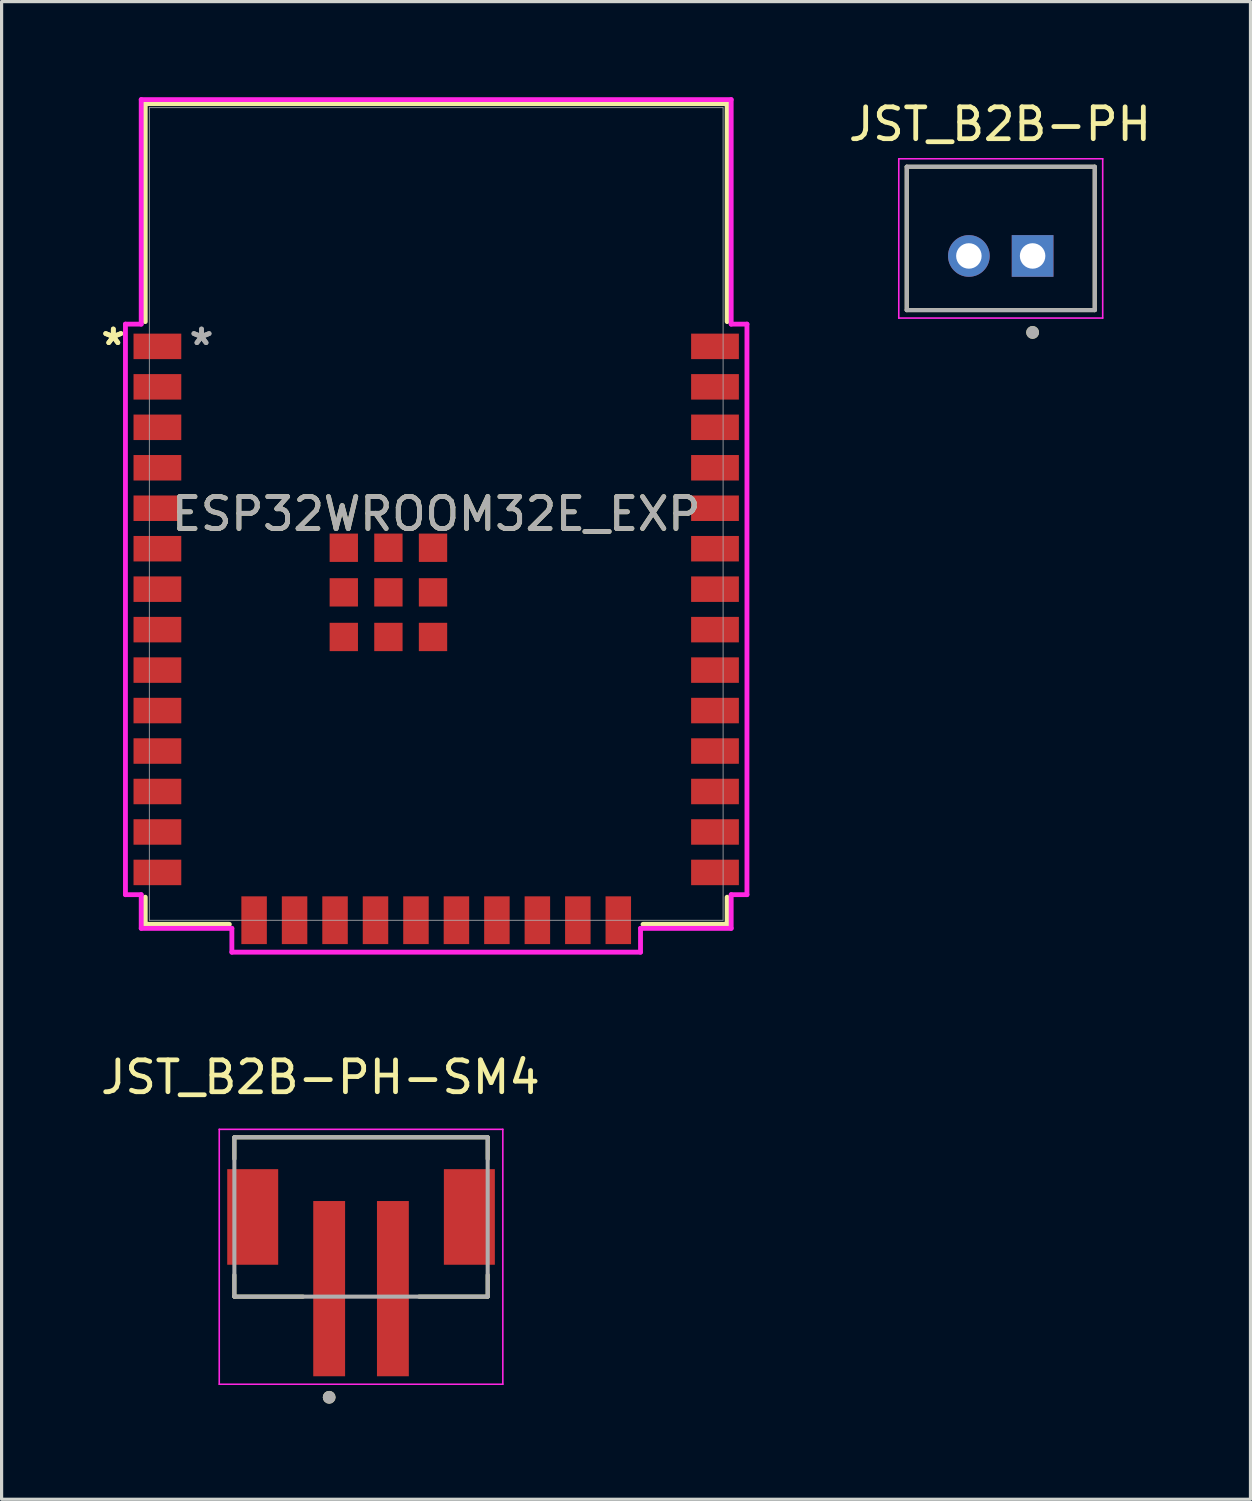
<source format=kicad_pcb>
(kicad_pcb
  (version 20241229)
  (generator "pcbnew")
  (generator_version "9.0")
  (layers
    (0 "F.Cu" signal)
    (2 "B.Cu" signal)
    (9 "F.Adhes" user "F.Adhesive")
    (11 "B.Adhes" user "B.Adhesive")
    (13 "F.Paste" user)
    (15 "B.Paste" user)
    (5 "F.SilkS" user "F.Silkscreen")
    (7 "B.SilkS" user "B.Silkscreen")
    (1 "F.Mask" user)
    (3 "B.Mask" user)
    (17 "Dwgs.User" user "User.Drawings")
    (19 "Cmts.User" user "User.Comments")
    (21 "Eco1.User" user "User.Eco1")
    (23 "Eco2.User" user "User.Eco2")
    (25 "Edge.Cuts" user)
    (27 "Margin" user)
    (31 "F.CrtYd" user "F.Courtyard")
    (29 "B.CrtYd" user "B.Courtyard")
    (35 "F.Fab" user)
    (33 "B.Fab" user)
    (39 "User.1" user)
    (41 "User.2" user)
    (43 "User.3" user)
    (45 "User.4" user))
  (footprint "JST_B2B-PH"
    (layer "F.Cu")
    (at 28.358 4.983)
    (property "Reference" "JST_B2B-PH" (at -0.025 -4.135 0) (layer "F.SilkS") (effects (font (size 1 1) (thickness 0.15))))
    (attr through_hole)
    (fp_line (start -2.95 -2.8) (end 2.95 -2.8) (stroke (width 0.127) (type solid)) (layer "F.SilkS"))
    (fp_line (start -2.95 1.7) (end -2.95 -2.8) (stroke (width 0.127) (type solid)) (layer "F.SilkS"))
    (fp_line (start 2.95 -2.8) (end 2.95 1.7) (stroke (width 0.127) (type solid)) (layer "F.SilkS"))
    (fp_line (start 2.95 1.7) (end -2.95 1.7) (stroke (width 0.127) (type solid)) (layer "F.SilkS"))
    (fp_circle (center 1 2.4) (end 1.1 2.4) (stroke (width 0.2) (type solid)) (fill no) (layer "F.SilkS"))
    (fp_line (start -3.2 -3.05) (end 3.2 -3.05) (stroke (width 0.05) (type solid)) (layer "F.CrtYd"))
    (fp_line (start -3.2 1.95) (end -3.2 -3.05) (stroke (width 0.05) (type solid)) (layer "F.CrtYd"))
    (fp_line (start 3.2 -3.05) (end 3.2 1.95) (stroke (width 0.05) (type solid)) (layer "F.CrtYd"))
    (fp_line (start 3.2 1.95) (end -3.2 1.95) (stroke (width 0.05) (type solid)) (layer "F.CrtYd"))
    (fp_line (start -2.95 -2.8) (end 2.95 -2.8) (stroke (width 0.127) (type solid)) (layer "F.Fab"))
    (fp_line (start -2.95 1.7) (end -2.95 -2.8) (stroke (width 0.127) (type solid)) (layer "F.Fab"))
    (fp_line (start 2.95 -2.8) (end 2.95 1.7) (stroke (width 0.127) (type solid)) (layer "F.Fab"))
    (fp_line (start 2.95 1.7) (end -2.95 1.7) (stroke (width 0.127) (type solid)) (layer "F.Fab"))
    (fp_circle (center 1 2.4) (end 1.1 2.4) (stroke (width 0.2) (type solid)) (fill no) (layer "F.Fab"))
    (pad "1" thru_hole rect (at 1 0) (size 1.308 1.308) (drill 0.8) (layers "*.Cu" "*.Mask"))
    (pad "2" thru_hole circle (at -1 0) (size 1.308 1.308) (drill 0.8) (layers "*.Cu" "*.Mask")))
  (footprint "JST_B2B-PH-SM4"
    (layer "F.Cu")
    (at 8.281 35.144)
    (property "Reference" "JST_B2B-PH-SM4" (at -1.275 -4.385 0) (layer "F.SilkS") (effects (font (size 1 1) (thickness 0.15))))
    (attr smd)
    (fp_line (start -3.975 -2.5) (end 3.975 -2.5) (stroke (width 0.127) (type solid)) (layer "F.SilkS"))
    (fp_line (start -3.975 -1.82) (end -3.975 -2.5) (stroke (width 0.127) (type solid)) (layer "F.SilkS"))
    (fp_line (start -3.975 2.5) (end -3.975 1.82) (stroke (width 0.127) (type solid)) (layer "F.SilkS"))
    (fp_line (start -1.82 2.5) (end -3.975 2.5) (stroke (width 0.127) (type solid)) (layer "F.SilkS"))
    (fp_line (start 3.975 -2.5) (end 3.975 -1.82) (stroke (width 0.127) (type solid)) (layer "F.SilkS"))
    (fp_line (start 3.975 2.5) (end 1.82 2.5) (stroke (width 0.127) (type solid)) (layer "F.SilkS"))
    (fp_line (start 3.975 2.5) (end 3.975 1.82) (stroke (width 0.127) (type solid)) (layer "F.SilkS"))
    (fp_circle (center -1 5.66) (end -0.9 5.66) (stroke (width 0.2) (type solid)) (fill no) (layer "F.SilkS"))
    (fp_line (start -4.45 -2.75) (end -4.45 5.25) (stroke (width 0.05) (type solid)) (layer "F.CrtYd"))
    (fp_line (start -4.45 5.25) (end 4.45 5.25) (stroke (width 0.05) (type solid)) (layer "F.CrtYd"))
    (fp_line (start 4.45 -2.75) (end -4.45 -2.75) (stroke (width 0.05) (type solid)) (layer "F.CrtYd"))
    (fp_line (start 4.45 5.25) (end 4.45 -2.75) (stroke (width 0.05) (type solid)) (layer "F.CrtYd"))
    (fp_line (start -3.975 -2.5) (end 3.975 -2.5) (stroke (width 0.127) (type solid)) (layer "F.Fab"))
    (fp_line (start -3.975 2.5) (end -3.975 -2.5) (stroke (width 0.127) (type solid)) (layer "F.Fab"))
    (fp_line (start 3.975 -2.5) (end 3.975 2.5) (stroke (width 0.127) (type solid)) (layer "F.Fab"))
    (fp_line (start 3.975 2.5) (end -3.975 2.5) (stroke (width 0.127) (type solid)) (layer "F.Fab"))
    (fp_circle (center -1 5.66) (end -0.9 5.66) (stroke (width 0.2) (type solid)) (fill no) (layer "F.Fab"))
    (pad "1" smd rect (at -1 2.25) (size 1 5.5) (layers "F.Cu" "F.Mask" "F.Paste"))
    (pad "2" smd rect (at 1 2.25) (size 1 5.5) (layers "F.Cu" "F.Mask" "F.Paste"))
    (pad "S1" smd rect (at -3.4 0) (size 1.6 3) (layers "F.Cu" "F.Mask" "F.Paste"))
    (pad "S2" smd rect (at 3.4 0) (size 1.6 3) (layers "F.Cu" "F.Mask" "F.Paste")))
  (footprint "ESP32­WROOM­32E_EXP"
    (layer "F.Cu")
    (at 10.64 13.081)
    (property "Reference" "ESP32­WROOM­32E_EXP" (at 0 0 0) (unlocked yes) (layer "F.SilkS") (effects (font (size 1 1) (thickness 0.15))))
    (attr smd)
    (fp_line (start -9.131 -12.878) (end 9.131 -12.878) (stroke (width 0.152) (type solid)) (layer "F.SilkS"))
    (fp_line (start -9.131 -6.037) (end -9.131 -12.878) (stroke (width 0.152) (type solid)) (layer "F.SilkS"))
    (fp_line (start -9.131 12.878) (end -9.131 12.027) (stroke (width 0.152) (type solid)) (layer "F.SilkS"))
    (fp_line (start -6.492 12.878) (end -9.131 12.878) (stroke (width 0.152) (type solid)) (layer "F.SilkS"))
    (fp_line (start 9.131 -12.878) (end 9.131 -6.037) (stroke (width 0.152) (type solid)) (layer "F.SilkS"))
    (fp_line (start 9.131 12.027) (end 9.131 12.878) (stroke (width 0.152) (type solid)) (layer "F.SilkS"))
    (fp_line (start 9.131 12.878) (end 6.492 12.878) (stroke (width 0.152) (type solid)) (layer "F.SilkS"))
    (fp_poly (pts (xy -9.004 -12.751) (xy -9.004 -6.553) (xy 9.004 -6.553) (xy 9.004 -12.751)) (stroke (width 0.1) (type solid)) (fill no) (layer "Eco2.User"))
    (fp_line (start -9.753 -5.958) (end -9.753 11.948) (stroke (width 0.152) (type solid)) (layer "F.CrtYd"))
    (fp_line (start -9.753 11.948) (end -9.258 11.948) (stroke (width 0.152) (type solid)) (layer "F.CrtYd"))
    (fp_line (start -9.258 -13.005) (end -9.258 -5.958) (stroke (width 0.152) (type solid)) (layer "F.CrtYd"))
    (fp_line (start -9.258 -5.958) (end -9.753 -5.958) (stroke (width 0.152) (type solid)) (layer "F.CrtYd"))
    (fp_line (start -9.258 11.948) (end -9.258 13.005) (stroke (width 0.152) (type solid)) (layer "F.CrtYd"))
    (fp_line (start -9.258 13.005) (end -6.413 13.005) (stroke (width 0.152) (type solid)) (layer "F.CrtYd"))
    (fp_line (start -6.413 13.005) (end -6.413 13.753) (stroke (width 0.152) (type solid)) (layer "F.CrtYd"))
    (fp_line (start -6.413 13.753) (end 6.413 13.753) (stroke (width 0.152) (type solid)) (layer "F.CrtYd"))
    (fp_line (start 6.413 13.005) (end 9.258 13.005) (stroke (width 0.152) (type solid)) (layer "F.CrtYd"))
    (fp_line (start 6.413 13.753) (end 6.413 13.005) (stroke (width 0.152) (type solid)) (layer "F.CrtYd"))
    (fp_line (start 9.258 -13.005) (end -9.258 -13.005) (stroke (width 0.152) (type solid)) (layer "F.CrtYd"))
    (fp_line (start 9.258 -5.958) (end 9.258 -13.005) (stroke (width 0.152) (type solid)) (layer "F.CrtYd"))
    (fp_line (start 9.258 11.948) (end 9.753 11.948) (stroke (width 0.152) (type solid)) (layer "F.CrtYd"))
    (fp_line (start 9.258 13.005) (end 9.258 11.948) (stroke (width 0.152) (type solid)) (layer "F.CrtYd"))
    (fp_line (start 9.753 -5.958) (end 9.258 -5.958) (stroke (width 0.152) (type solid)) (layer "F.CrtYd"))
    (fp_line (start 9.753 11.948) (end 9.753 -5.958) (stroke (width 0.152) (type solid)) (layer "F.CrtYd"))
    (fp_line (start -9.004 -12.751) (end -9.004 12.751) (stroke (width 0.025) (type solid)) (layer "F.Fab"))
    (fp_line (start -9.004 12.751) (end 9.004 12.751) (stroke (width 0.025) (type solid)) (layer "F.Fab"))
    (fp_line (start 9.004 -12.751) (end -9.004 -12.751) (stroke (width 0.025) (type solid)) (layer "F.Fab"))
    (fp_line (start 9.004 12.751) (end 9.004 -12.751) (stroke (width 0.025) (type solid)) (layer "F.Fab"))
    (fp_text user "*" (at -10.134 -5.26 0) (layer "F.SilkS") (effects (font (size 1 1) (thickness 0.15))))
    (fp_text user "*" (at -10.134 -5.26 0) (unlocked yes) (layer "F.SilkS") (effects (font (size 1 1) (thickness 0.15))))
    (fp_text user "*" (at -7.366 -5.26 0) (layer "F.Fab") (effects (font (size 1 1) (thickness 0.15))))
    (fp_text user "*" (at -7.366 -5.26 0) (unlocked yes) (layer "F.Fab") (effects (font (size 1 1) (thickness 0.15))))
    (fp_text user "${REFERENCE}" (at 0 0 0) (unlocked yes) (layer "F.Fab") (effects (font (size 1 1) (thickness 0.15))))
    (pad "1" smd rect (at -8.75 -5.26) (size 1.499 0.8) (layers "F.Cu" "F.Mask" "F.Paste"))
    (pad "2" smd rect (at -8.75 -3.99) (size 1.499 0.8) (layers "F.Cu" "F.Mask" "F.Paste"))
    (pad "3" smd rect (at -8.75 -2.72) (size 1.499 0.8) (layers "F.Cu" "F.Mask" "F.Paste"))
    (pad "4" smd rect (at -8.75 -1.45) (size 1.499 0.8) (layers "F.Cu" "F.Mask" "F.Paste"))
    (pad "5" smd rect (at -8.75 -0.18) (size 1.499 0.8) (layers "F.Cu" "F.Mask" "F.Paste"))
    (pad "6" smd rect (at -8.75 1.09) (size 1.499 0.8) (layers "F.Cu" "F.Mask" "F.Paste"))
    (pad "7" smd rect (at -8.75 2.36) (size 1.499 0.8) (layers "F.Cu" "F.Mask" "F.Paste"))
    (pad "8" smd rect (at -8.75 3.63) (size 1.499 0.8) (layers "F.Cu" "F.Mask" "F.Paste"))
    (pad "9" smd rect (at -8.75 4.9) (size 1.499 0.8) (layers "F.Cu" "F.Mask" "F.Paste"))
    (pad "10" smd rect (at -8.75 6.17) (size 1.499 0.8) (layers "F.Cu" "F.Mask" "F.Paste"))
    (pad "11" smd rect (at -8.75 7.44) (size 1.499 0.8) (layers "F.Cu" "F.Mask" "F.Paste"))
    (pad "12" smd rect (at -8.75 8.71) (size 1.499 0.8) (layers "F.Cu" "F.Mask" "F.Paste"))
    (pad "13" smd rect (at -8.75 9.98) (size 1.499 0.8) (layers "F.Cu" "F.Mask" "F.Paste"))
    (pad "14" smd rect (at -8.75 11.25) (size 1.499 0.8) (layers "F.Cu" "F.Mask" "F.Paste"))
    (pad "15" smd rect (at -5.715 12.75 90) (size 1.499 0.8) (layers "F.Cu" "F.Mask" "F.Paste"))
    (pad "16" smd rect (at -4.445 12.75 90) (size 1.499 0.8) (layers "F.Cu" "F.Mask" "F.Paste"))
    (pad "17" smd rect (at -3.175 12.75 90) (size 1.499 0.8) (layers "F.Cu" "F.Mask" "F.Paste"))
    (pad "18" smd rect (at -1.905 12.75 90) (size 1.499 0.8) (layers "F.Cu" "F.Mask" "F.Paste"))
    (pad "19" smd rect (at -0.635 12.75 90) (size 1.499 0.8) (layers "F.Cu" "F.Mask" "F.Paste"))
    (pad "20" smd rect (at 0.635 12.75 90) (size 1.499 0.8) (layers "F.Cu" "F.Mask" "F.Paste"))
    (pad "21" smd rect (at 1.905 12.75 90) (size 1.499 0.8) (layers "F.Cu" "F.Mask" "F.Paste"))
    (pad "22" smd rect (at 3.175 12.75 90) (size 1.499 0.8) (layers "F.Cu" "F.Mask" "F.Paste"))
    (pad "23" smd rect (at 4.445 12.75 90) (size 1.499 0.8) (layers "F.Cu" "F.Mask" "F.Paste"))
    (pad "24" smd rect (at 5.715 12.75 90) (size 1.499 0.8) (layers "F.Cu" "F.Mask" "F.Paste"))
    (pad "25" smd rect (at 8.75 11.25) (size 1.499 0.8) (layers "F.Cu" "F.Mask" "F.Paste"))
    (pad "26" smd rect (at 8.75 9.98) (size 1.499 0.8) (layers "F.Cu" "F.Mask" "F.Paste"))
    (pad "27" smd rect (at 8.75 8.71) (size 1.499 0.8) (layers "F.Cu" "F.Mask" "F.Paste"))
    (pad "28" smd rect (at 8.75 7.44) (size 1.499 0.8) (layers "F.Cu" "F.Mask" "F.Paste"))
    (pad "29" smd rect (at 8.75 6.17) (size 1.499 0.8) (layers "F.Cu" "F.Mask" "F.Paste"))
    (pad "30" smd rect (at 8.75 4.9) (size 1.499 0.8) (layers "F.Cu" "F.Mask" "F.Paste"))
    (pad "31" smd rect (at 8.75 3.63) (size 1.499 0.8) (layers "F.Cu" "F.Mask" "F.Paste"))
    (pad "32" smd rect (at 8.75 2.36) (size 1.499 0.8) (layers "F.Cu" "F.Mask" "F.Paste"))
    (pad "33" smd rect (at 8.75 1.09) (size 1.499 0.8) (layers "F.Cu" "F.Mask" "F.Paste"))
    (pad "34" smd rect (at 8.75 -0.18) (size 1.499 0.8) (layers "F.Cu" "F.Mask" "F.Paste"))
    (pad "35" smd rect (at 8.75 -1.45) (size 1.499 0.8) (layers "F.Cu" "F.Mask" "F.Paste"))
    (pad "36" smd rect (at 8.75 -2.72) (size 1.499 0.8) (layers "F.Cu" "F.Mask" "F.Paste"))
    (pad "37" smd rect (at 8.75 -3.99) (size 1.499 0.8) (layers "F.Cu" "F.Mask" "F.Paste"))
    (pad "38" smd rect (at 8.75 -5.26) (size 1.499 0.8) (layers "F.Cu" "F.Mask" "F.Paste"))
    (pad "39" smd rect (at -1.5 2.46) (size 0.889 0.889) (layers "F.Cu" "F.Mask" "F.Paste"))
    (pad "40" smd rect (at -2.9 1.06) (size 0.889 0.889) (layers "F.Cu" "F.Mask" "F.Paste"))
    (pad "41" smd rect (at -2.9 2.46) (size 0.889 0.889) (layers "F.Cu" "F.Mask" "F.Paste"))
    (pad "42" smd rect (at -2.9 3.86) (size 0.889 0.889) (layers "F.Cu" "F.Mask" "F.Paste"))
    (pad "43" smd rect (at -1.5 3.86) (size 0.889 0.889) (layers "F.Cu" "F.Mask" "F.Paste"))
    (pad "44" smd rect (at -0.1 3.86) (size 0.889 0.889) (layers "F.Cu" "F.Mask" "F.Paste"))
    (pad "45" smd rect (at -0.1 2.46) (size 0.889 0.889) (layers "F.Cu" "F.Mask" "F.Paste"))
    (pad "46" smd rect (at -0.1 1.06) (size 0.889 0.889) (layers "F.Cu" "F.Mask" "F.Paste"))
    (pad "47" smd rect (at -1.5 1.06) (size 0.889 0.889) (layers "F.Cu" "F.Mask" "F.Paste")))
  (gr_rect
    (start -3 -3)
    (end 36.196 44.004)
    (stroke (width 0.1) (type default))
    (fill no)
    (layer "Edge.Cuts")))
</source>
